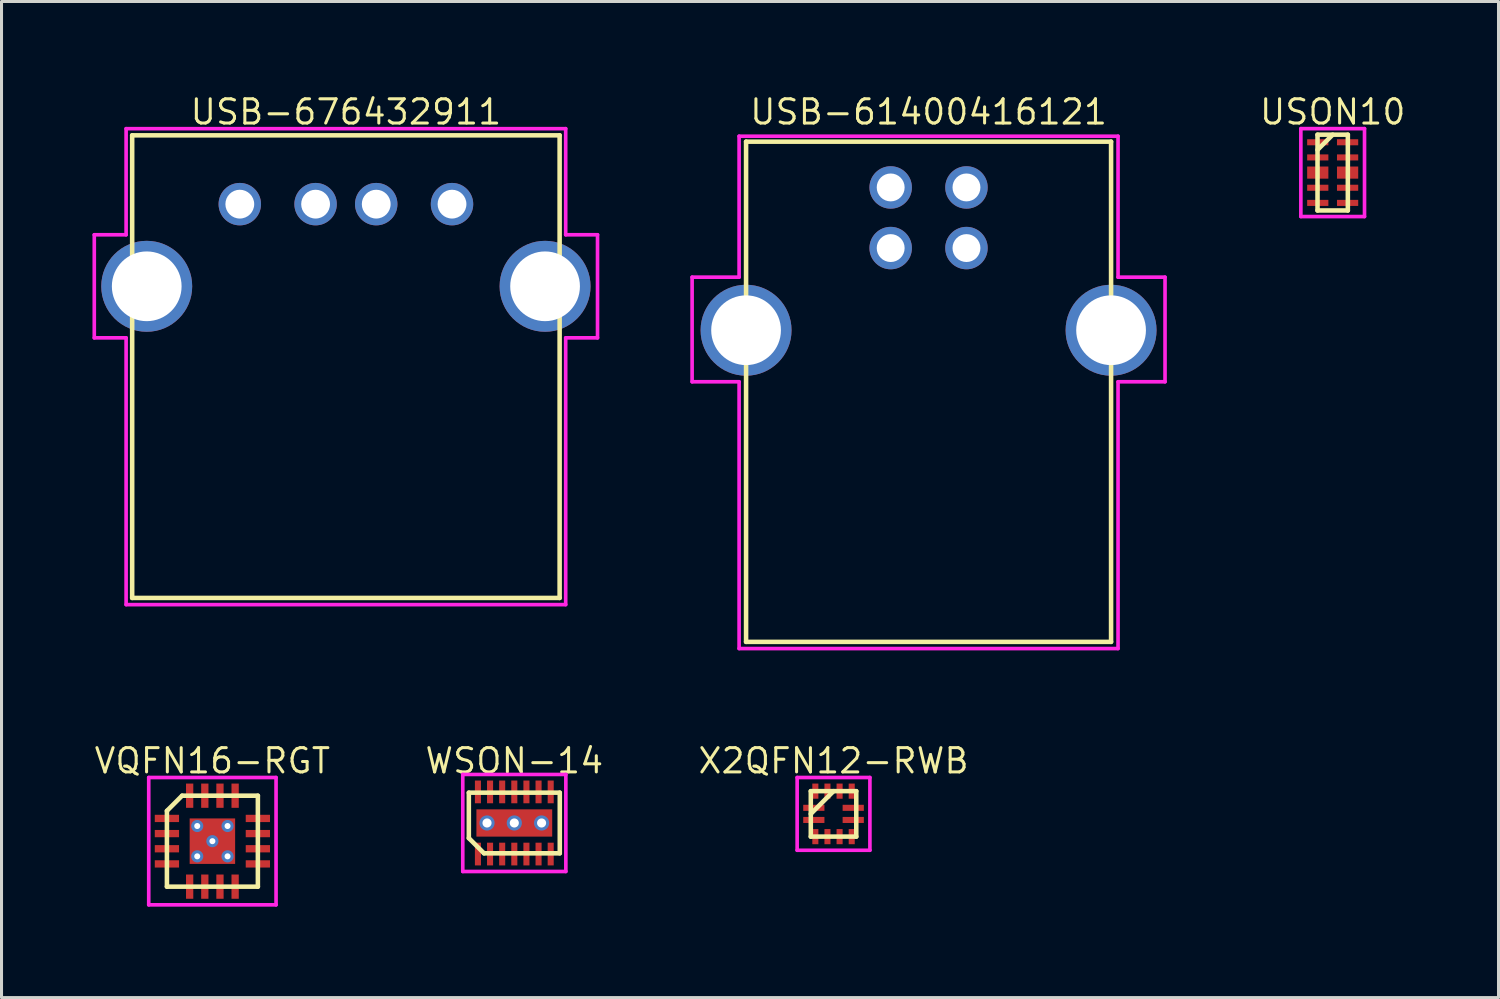
<source format=kicad_pcb>
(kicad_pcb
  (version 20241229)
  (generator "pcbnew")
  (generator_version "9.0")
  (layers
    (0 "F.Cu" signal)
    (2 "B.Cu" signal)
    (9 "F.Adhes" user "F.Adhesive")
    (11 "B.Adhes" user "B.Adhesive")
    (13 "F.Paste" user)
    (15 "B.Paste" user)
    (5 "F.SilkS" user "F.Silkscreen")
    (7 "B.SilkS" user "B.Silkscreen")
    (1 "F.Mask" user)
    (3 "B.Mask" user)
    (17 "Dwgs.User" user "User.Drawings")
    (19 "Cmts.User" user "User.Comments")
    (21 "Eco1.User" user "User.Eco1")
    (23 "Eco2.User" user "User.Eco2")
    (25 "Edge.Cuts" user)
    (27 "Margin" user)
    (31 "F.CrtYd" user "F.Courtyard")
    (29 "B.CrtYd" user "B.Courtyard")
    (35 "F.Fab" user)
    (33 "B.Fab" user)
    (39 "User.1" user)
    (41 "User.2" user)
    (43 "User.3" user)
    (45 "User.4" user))
  (footprint "X2QFN12-RWB"
    (layer "F.Cu")
    (at 24.445 23.797)
    (property "Reference" "X2QFN12-RWB" (at 0 -1.75 0) (layer "F.SilkS") (effects (font (size 0.8 0.8) (thickness 0.1))))
    (attr through_hole)
    (fp_line (start -0.75 -0.75) (end 0.75 -0.75) (stroke (width 0.15) (type solid)) (layer "F.SilkS"))
    (fp_line (start -0.75 0) (end 0 -0.75) (stroke (width 0.15) (type solid)) (layer "F.SilkS"))
    (fp_line (start -0.75 0.75) (end -0.75 -0.75) (stroke (width 0.15) (type solid)) (layer "F.SilkS"))
    (fp_line (start 0.75 -0.75) (end 0.75 0.75) (stroke (width 0.15) (type solid)) (layer "F.SilkS"))
    (fp_line (start 0.75 0.75) (end -0.75 0.75) (stroke (width 0.15) (type solid)) (layer "F.SilkS"))
    (fp_line (start -1.2 -1.2) (end 1.2 -1.2) (stroke (width 0.12) (type solid)) (layer "F.CrtYd"))
    (fp_line (start -1.2 1.2) (end -1.2 -1.2) (stroke (width 0.12) (type solid)) (layer "F.CrtYd"))
    (fp_line (start 1.2 -1.2) (end 1.2 1.2) (stroke (width 0.12) (type solid)) (layer "F.CrtYd"))
    (fp_line (start 1.2 1.2) (end -1.2 1.2) (stroke (width 0.12) (type solid)) (layer "F.CrtYd"))
    (pad "1" smd rect (at -0.65 -0.2) (size 0.7 0.2) (layers "F.Cu" "F.Mask" "F.Paste"))
    (pad "2" smd rect (at -0.65 0.2) (size 0.7 0.2) (layers "F.Cu" "F.Mask" "F.Paste"))
    (pad "3" smd rect (at -0.6 0.75) (size 0.2 0.5) (layers "F.Cu" "F.Mask" "F.Paste"))
    (pad "4" smd rect (at -0.2 0.75) (size 0.2 0.5) (layers "F.Cu" "F.Mask" "F.Paste"))
    (pad "5" smd rect (at 0.2 0.75) (size 0.2 0.5) (layers "F.Cu" "F.Mask" "F.Paste"))
    (pad "6" smd rect (at 0.6 0.75) (size 0.2 0.5) (layers "F.Cu" "F.Mask" "F.Paste"))
    (pad "7" smd rect (at 0.65 0.2) (size 0.7 0.2) (layers "F.Cu" "F.Mask" "F.Paste"))
    (pad "8" smd rect (at 0.65 -0.2) (size 0.7 0.2) (layers "F.Cu" "F.Mask" "F.Paste"))
    (pad "9" smd rect (at 0.6 -0.75) (size 0.2 0.5) (layers "F.Cu" "F.Mask" "F.Paste"))
    (pad "10" smd rect (at 0.2 -0.75) (size 0.2 0.5) (layers "F.Cu" "F.Mask" "F.Paste"))
    (pad "11" smd rect (at -0.2 -0.75) (size 0.2 0.5) (layers "F.Cu" "F.Mask" "F.Paste"))
    (pad "12" smd rect (at -0.6 -0.75) (size 0.2 0.5) (layers "F.Cu" "F.Mask" "F.Paste")))
  (footprint "USON10"
    (layer "F.Cu")
    (at 40.91 2.643)
    (property "Reference" "USON10" (at 0 -2 0) (layer "F.SilkS") (effects (font (size 0.8 0.8) (thickness 0.1))))
    (attr through_hole)
    (fp_line (start -0.5 -1.25) (end 0.5 -1.25) (stroke (width 0.15) (type solid)) (layer "F.SilkS"))
    (fp_line (start -0.5 1.25) (end -0.5 -1.25) (stroke (width 0.15) (type solid)) (layer "F.SilkS"))
    (fp_line (start 0 -1.25) (end -0.5 -0.75) (stroke (width 0.15) (type solid)) (layer "F.SilkS"))
    (fp_line (start 0.5 -1.25) (end 0.5 1.25) (stroke (width 0.15) (type solid)) (layer "F.SilkS"))
    (fp_line (start 0.5 1.25) (end -0.5 1.25) (stroke (width 0.15) (type solid)) (layer "F.SilkS"))
    (fp_line (start -1.05 -1.45) (end 1.05 -1.45) (stroke (width 0.12) (type solid)) (layer "F.CrtYd"))
    (fp_line (start -1.05 1.45) (end -1.05 -1.45) (stroke (width 0.12) (type solid)) (layer "F.CrtYd"))
    (fp_line (start 1.05 -1.45) (end 1.05 1.45) (stroke (width 0.12) (type solid)) (layer "F.CrtYd"))
    (fp_line (start 1.05 1.45) (end -1.05 1.45) (stroke (width 0.12) (type solid)) (layer "F.CrtYd"))
    (pad "1" smd rect (at -0.492 -1) (size 0.7 0.2) (layers "F.Cu" "F.Mask" "F.Paste"))
    (pad "2" smd rect (at -0.492 -0.5) (size 0.7 0.2) (layers "F.Cu" "F.Mask" "F.Paste"))
    (pad "3" smd rect (at -0.492 0) (size 0.7 0.4) (layers "F.Cu" "F.Mask" "F.Paste"))
    (pad "4" smd rect (at -0.492 0.5) (size 0.7 0.2) (layers "F.Cu" "F.Mask" "F.Paste"))
    (pad "5" smd rect (at -0.492 1) (size 0.7 0.2) (layers "F.Cu" "F.Mask" "F.Paste"))
    (pad "6" smd rect (at 0.492 1) (size 0.7 0.2) (layers "F.Cu" "F.Mask" "F.Paste"))
    (pad "7" smd rect (at 0.492 0.5) (size 0.7 0.2) (layers "F.Cu" "F.Mask" "F.Paste"))
    (pad "8" smd rect (at 0.492 0) (size 0.7 0.4) (layers "F.Cu" "F.Mask" "F.Paste"))
    (pad "9" smd rect (at 0.492 -0.5) (size 0.7 0.2) (layers "F.Cu" "F.Mask" "F.Paste"))
    (pad "10" smd rect (at 0.492 -1) (size 0.7 0.2) (layers "F.Cu" "F.Mask" "F.Paste")))
  (footprint "VQFN16-RGT"
    (layer "F.Cu")
    (at 3.956 24.697)
    (property "Reference" "VQFN16-RGT" (at 0 -2.65 0) (layer "F.SilkS") (effects (font (size 0.8 0.8) (thickness 0.1))))
    (attr through_hole)
    (fp_line (start -1.5 -1) (end -1 -1.5) (stroke (width 0.15) (type solid)) (layer "F.SilkS"))
    (fp_line (start -1.5 1.5) (end -1.5 -1) (stroke (width 0.15) (type solid)) (layer "F.SilkS"))
    (fp_line (start -1 -1.5) (end 1.5 -1.5) (stroke (width 0.15) (type solid)) (layer "F.SilkS"))
    (fp_line (start 1.5 -1.5) (end 1.5 1.5) (stroke (width 0.15) (type solid)) (layer "F.SilkS"))
    (fp_line (start 1.5 1.5) (end -1.5 1.5) (stroke (width 0.15) (type solid)) (layer "F.SilkS"))
    (fp_line (start -2.1 -2.1) (end -2.1 2.1) (stroke (width 0.12) (type solid)) (layer "F.CrtYd"))
    (fp_line (start -2.1 2.1) (end 2.1 2.1) (stroke (width 0.12) (type solid)) (layer "F.CrtYd"))
    (fp_line (start 2.1 -2.1) (end -2.1 -2.1) (stroke (width 0.12) (type solid)) (layer "F.CrtYd"))
    (fp_line (start 2.1 2.1) (end 2.1 -2.1) (stroke (width 0.12) (type solid)) (layer "F.CrtYd"))
    (pad "1" smd rect (at -1.5 -0.75 90) (size 0.24 0.8) (layers "F.Cu" "F.Mask" "F.Paste"))
    (pad "2" smd rect (at -1.5 -0.25 90) (size 0.24 0.8) (layers "F.Cu" "F.Mask" "F.Paste"))
    (pad "3" smd rect (at -1.5 0.25 90) (size 0.24 0.8) (layers "F.Cu" "F.Mask" "F.Paste"))
    (pad "4" smd rect (at -1.5 0.75 90) (size 0.24 0.8) (layers "F.Cu" "F.Mask" "F.Paste"))
    (pad "5" smd rect (at -0.75 1.5) (size 0.24 0.8) (layers "F.Cu" "F.Mask" "F.Paste"))
    (pad "6" smd rect (at -0.25 1.5) (size 0.24 0.8) (layers "F.Cu" "F.Mask" "F.Paste"))
    (pad "7" smd rect (at 0.25 1.5) (size 0.24 0.8) (layers "F.Cu" "F.Mask" "F.Paste"))
    (pad "8" smd rect (at 0.75 1.5) (size 0.24 0.8) (layers "F.Cu" "F.Mask" "F.Paste"))
    (pad "9" smd rect (at 1.5 0.75 90) (size 0.24 0.8) (layers "F.Cu" "F.Mask" "F.Paste"))
    (pad "10" smd rect (at 1.5 0.25 90) (size 0.24 0.8) (layers "F.Cu" "F.Mask" "F.Paste"))
    (pad "11" smd rect (at 1.5 -0.25 90) (size 0.24 0.8) (layers "F.Cu" "F.Mask" "F.Paste"))
    (pad "12" smd rect (at 1.5 -0.75 90) (size 0.24 0.8) (layers "F.Cu" "F.Mask" "F.Paste"))
    (pad "13" smd rect (at 0.75 -1.5) (size 0.24 0.8) (layers "F.Cu" "F.Mask" "F.Paste"))
    (pad "14" smd rect (at 0.25 -1.5) (size 0.24 0.8) (layers "F.Cu" "F.Mask" "F.Paste"))
    (pad "15" smd rect (at -0.25 -1.5) (size 0.24 0.8) (layers "F.Cu" "F.Mask" "F.Paste"))
    (pad "16" smd rect (at -0.75 -1.5) (size 0.24 0.8) (layers "F.Cu" "F.Mask" "F.Paste"))
    (pad "17" thru_hole circle (at -0.5 -0.5 90) (size 0.4 0.4) (drill 0.2) (layers "*.Cu" "*.Mask"))
    (pad "17" thru_hole circle (at -0.5 0.5 90) (size 0.4 0.4) (drill 0.2) (layers "*.Cu" "*.Mask"))
    (pad "17" thru_hole circle (at 0 0 90) (size 0.4 0.4) (drill 0.2) (layers "*.Cu" "*.Mask"))
    (pad "17" smd rect (at 0 0 90) (size 1.5 1.5) (layers "F.Cu" "F.Mask" "F.Paste"))
    (pad "17" thru_hole circle (at 0.5 -0.5 90) (size 0.4 0.4) (drill 0.2) (layers "*.Cu" "*.Mask"))
    (pad "17" thru_hole circle (at 0.5 0.5 90) (size 0.4 0.4) (drill 0.2) (layers "*.Cu" "*.Mask")))
  (footprint "WSON-14"
    (layer "F.Cu")
    (at 13.915 24.097)
    (property "Reference" "WSON-14" (at 0 -2.05 0) (layer "F.SilkS") (effects (font (size 0.8 0.8) (thickness 0.1))))
    (attr through_hole)
    (fp_line (start -1.5 -1) (end -1.5 0.5) (stroke (width 0.15) (type solid)) (layer "F.SilkS"))
    (fp_line (start -1.5 -1) (end 1.5 -1) (stroke (width 0.15) (type solid)) (layer "F.SilkS"))
    (fp_line (start -1.5 0.5) (end -1 1) (stroke (width 0.15) (type solid)) (layer "F.SilkS"))
    (fp_line (start -1 1) (end 1.5 1) (stroke (width 0.15) (type solid)) (layer "F.SilkS"))
    (fp_line (start 1.5 -1) (end 1.5 1) (stroke (width 0.15) (type solid)) (layer "F.SilkS"))
    (fp_line (start -1.7 -1.6) (end 1.7 -1.6) (stroke (width 0.12) (type solid)) (layer "F.CrtYd"))
    (fp_line (start -1.7 1.6) (end -1.7 -1.6) (stroke (width 0.12) (type solid)) (layer "F.CrtYd"))
    (fp_line (start 1.7 -1.6) (end 1.7 1.6) (stroke (width 0.12) (type solid)) (layer "F.CrtYd"))
    (fp_line (start 1.7 1.6) (end -1.7 1.6) (stroke (width 0.12) (type solid)) (layer "F.CrtYd"))
    (pad "1" smd rect (at -1.2 1.025) (size 0.2 0.75) (layers "F.Cu" "F.Mask" "F.Paste"))
    (pad "2" smd rect (at -0.8 1.025) (size 0.2 0.75) (layers "F.Cu" "F.Mask" "F.Paste"))
    (pad "3" smd rect (at -0.4 1.025) (size 0.2 0.75) (layers "F.Cu" "F.Mask" "F.Paste"))
    (pad "4" smd rect (at 0 1.025) (size 0.2 0.75) (layers "F.Cu" "F.Mask" "F.Paste"))
    (pad "5" smd rect (at 0.4 1.025) (size 0.2 0.75) (layers "F.Cu" "F.Mask" "F.Paste"))
    (pad "6" smd rect (at 0.8 1.025) (size 0.2 0.75) (layers "F.Cu" "F.Mask" "F.Paste"))
    (pad "7" smd rect (at 1.2 1.025) (size 0.2 0.75) (layers "F.Cu" "F.Mask" "F.Paste"))
    (pad "8" smd rect (at 1.2 -1.025) (size 0.2 0.75) (layers "F.Cu" "F.Mask" "F.Paste"))
    (pad "9" smd rect (at 0.8 -1.025) (size 0.2 0.75) (layers "F.Cu" "F.Mask" "F.Paste"))
    (pad "10" smd rect (at 0.4 -1.025) (size 0.2 0.75) (layers "F.Cu" "F.Mask" "F.Paste"))
    (pad "11" thru_hole circle (at -0.9 0) (size 0.5 0.5) (drill 0.3) (layers "*.Cu" "*.Mask"))
    (pad "11" smd rect (at 0 -1.025) (size 0.2 0.75) (layers "F.Cu" "F.Mask" "F.Paste"))
    (pad "11" thru_hole circle (at 0 0) (size 0.5 0.5) (drill 0.3) (layers "*.Cu" "*.Mask"))
    (pad "11" smd rect (at 0 0) (size 2.5 0.9) (layers "F.Cu" "F.Mask" "F.Paste"))
    (pad "11" thru_hole circle (at 0.9 0) (size 0.5 0.5) (drill 0.3) (layers "*.Cu" "*.Mask"))
    (pad "12" smd rect (at -0.4 -1.025) (size 0.2 0.75) (layers "F.Cu" "F.Mask" "F.Paste"))
    (pad "13" smd rect (at -0.8 -1.025) (size 0.2 0.75) (layers "F.Cu" "F.Mask" "F.Paste"))
    (pad "14" smd rect (at -1.2 -1.025) (size 0.2 0.75) (layers "F.Cu" "F.Mask" "F.Paste")))
  (footprint "USB-676432911"
    (layer "F.Cu")
    (at 8.36 6.394)
    (property "Reference" "USB-676432911" (at 0 -5.75 0) (layer "F.SilkS") (effects (font (size 0.8 0.8) (thickness 0.1))))
    (attr through_hole)
    (fp_line (start -7.05 -4.98) (end 7.05 -4.98) (stroke (width 0.15) (type solid)) (layer "F.SilkS"))
    (fp_line (start -7.05 10.28) (end -7.05 -4.98) (stroke (width 0.15) (type solid)) (layer "F.SilkS"))
    (fp_line (start -7.05 10.28) (end 7.05 10.28) (stroke (width 0.15) (type solid)) (layer "F.SilkS"))
    (fp_line (start 7.05 10.28) (end 7.05 -4.98) (stroke (width 0.15) (type solid)) (layer "F.SilkS"))
    (fp_line (start -8.3 -1.7) (end -8.3 1.7) (stroke (width 0.12) (type solid)) (layer "F.CrtYd"))
    (fp_line (start -7.25 -5.2) (end -7.25 -1.7) (stroke (width 0.12) (type solid)) (layer "F.CrtYd"))
    (fp_line (start -7.25 -1.7) (end -8.3 -1.7) (stroke (width 0.12) (type solid)) (layer "F.CrtYd"))
    (fp_line (start -7.25 1.7) (end -8.3 1.7) (stroke (width 0.12) (type solid)) (layer "F.CrtYd"))
    (fp_line (start -7.25 1.7) (end -7.25 10.5) (stroke (width 0.12) (type solid)) (layer "F.CrtYd"))
    (fp_line (start -7.25 10.5) (end 7.25 10.5) (stroke (width 0.12) (type solid)) (layer "F.CrtYd"))
    (fp_line (start 7.25 -5.2) (end -7.25 -5.2) (stroke (width 0.12) (type solid)) (layer "F.CrtYd"))
    (fp_line (start 7.25 -5.2) (end 7.25 -1.7) (stroke (width 0.12) (type solid)) (layer "F.CrtYd"))
    (fp_line (start 7.25 -1.7) (end 8.3 -1.7) (stroke (width 0.12) (type solid)) (layer "F.CrtYd"))
    (fp_line (start 7.25 1.7) (end 7.25 10.5) (stroke (width 0.12) (type solid)) (layer "F.CrtYd"))
    (fp_line (start 7.25 1.7) (end 8.3 1.7) (stroke (width 0.12) (type solid)) (layer "F.CrtYd"))
    (fp_line (start 8.3 1.7) (end 8.3 -1.7) (stroke (width 0.12) (type solid)) (layer "F.CrtYd"))
    (pad "1" thru_hole circle (at -3.5 -2.71) (size 1.4 1.4) (drill 0.95) (layers "*.Cu" "*.Mask"))
    (pad "2" thru_hole circle (at -1 -2.71) (size 1.4 1.4) (drill 0.95) (layers "*.Cu" "*.Mask"))
    (pad "3" thru_hole circle (at 1 -2.71) (size 1.4 1.4) (drill 0.95) (layers "*.Cu" "*.Mask"))
    (pad "4" thru_hole circle (at 3.5 -2.71) (size 1.4 1.4) (drill 0.95) (layers "*.Cu" "*.Mask"))
    (pad "5" thru_hole circle (at -6.57 0 180) (size 3 3) (drill 2.3) (layers "*.Cu" "*.Mask"))
    (pad "5" thru_hole circle (at 6.57 0) (size 3 3) (drill 2.3) (layers "*.Cu" "*.Mask")))
  (footprint "USB-61400416121"
    (layer "F.Cu")
    (at 27.58 7.843)
    (property "Reference" "USB-61400416121" (at 0 -7.2 0) (layer "F.SilkS") (effects (font (size 0.8 0.8) (thickness 0.1))))
    (attr through_hole)
    (fp_line (start -6.02 -6.22) (end 6.02 -6.22) (stroke (width 0.15) (type solid)) (layer "F.SilkS"))
    (fp_line (start -6.02 10.28) (end -6.02 -6.22) (stroke (width 0.15) (type solid)) (layer "F.SilkS"))
    (fp_line (start -6.02 10.28) (end 6.02 10.28) (stroke (width 0.15) (type solid)) (layer "F.SilkS"))
    (fp_line (start 6.02 10.28) (end 6.02 -6.22) (stroke (width 0.15) (type solid)) (layer "F.SilkS"))
    (fp_line (start -7.8 -1.75) (end -7.8 1.7) (stroke (width 0.12) (type solid)) (layer "F.CrtYd"))
    (fp_line (start -7.8 1.7) (end -6.25 1.7) (stroke (width 0.12) (type solid)) (layer "F.CrtYd"))
    (fp_line (start -6.25 -6.4) (end -6.25 -1.75) (stroke (width 0.12) (type solid)) (layer "F.CrtYd"))
    (fp_line (start -6.25 -1.75) (end -7.8 -1.75) (stroke (width 0.12) (type solid)) (layer "F.CrtYd"))
    (fp_line (start -6.25 1.7) (end -6.25 10.5) (stroke (width 0.12) (type solid)) (layer "F.CrtYd"))
    (fp_line (start -6.25 10.5) (end 6.25 10.5) (stroke (width 0.12) (type solid)) (layer "F.CrtYd"))
    (fp_line (start 6.25 -6.4) (end -6.25 -6.4) (stroke (width 0.12) (type solid)) (layer "F.CrtYd"))
    (fp_line (start 6.25 -6.4) (end 6.25 -1.75) (stroke (width 0.12) (type solid)) (layer "F.CrtYd"))
    (fp_line (start 6.25 1.7) (end 6.25 10.5) (stroke (width 0.12) (type solid)) (layer "F.CrtYd"))
    (fp_line (start 6.25 1.7) (end 7.8 1.7) (stroke (width 0.12) (type solid)) (layer "F.CrtYd"))
    (fp_line (start 7.8 -1.75) (end 6.25 -1.75) (stroke (width 0.12) (type solid)) (layer "F.CrtYd"))
    (fp_line (start 7.8 1.7) (end 7.8 -1.75) (stroke (width 0.12) (type solid)) (layer "F.CrtYd"))
    (pad "1" thru_hole circle (at 1.25 -4.71) (size 1.4 1.4) (drill 0.92) (layers "*.Cu" "*.Mask"))
    (pad "2" thru_hole circle (at -1.25 -4.71) (size 1.4 1.4) (drill 0.92) (layers "*.Cu" "*.Mask"))
    (pad "3" thru_hole circle (at -1.25 -2.71) (size 1.4 1.4) (drill 0.92) (layers "*.Cu" "*.Mask"))
    (pad "4" thru_hole circle (at 1.25 -2.71) (size 1.4 1.4) (drill 0.92) (layers "*.Cu" "*.Mask"))
    (pad "5" thru_hole circle (at -6.02 0 180) (size 3 3) (drill 2.3) (layers "*.Cu" "*.Mask"))
    (pad "5" thru_hole circle (at 6.02 0) (size 3 3) (drill 2.3) (layers "*.Cu" "*.Mask")))
  (gr_rect
    (start -3 -3)
    (end 46.38 29.857)
    (stroke (width 0.1) (type default))
    (fill no)
    (layer "Edge.Cuts")))
</source>
